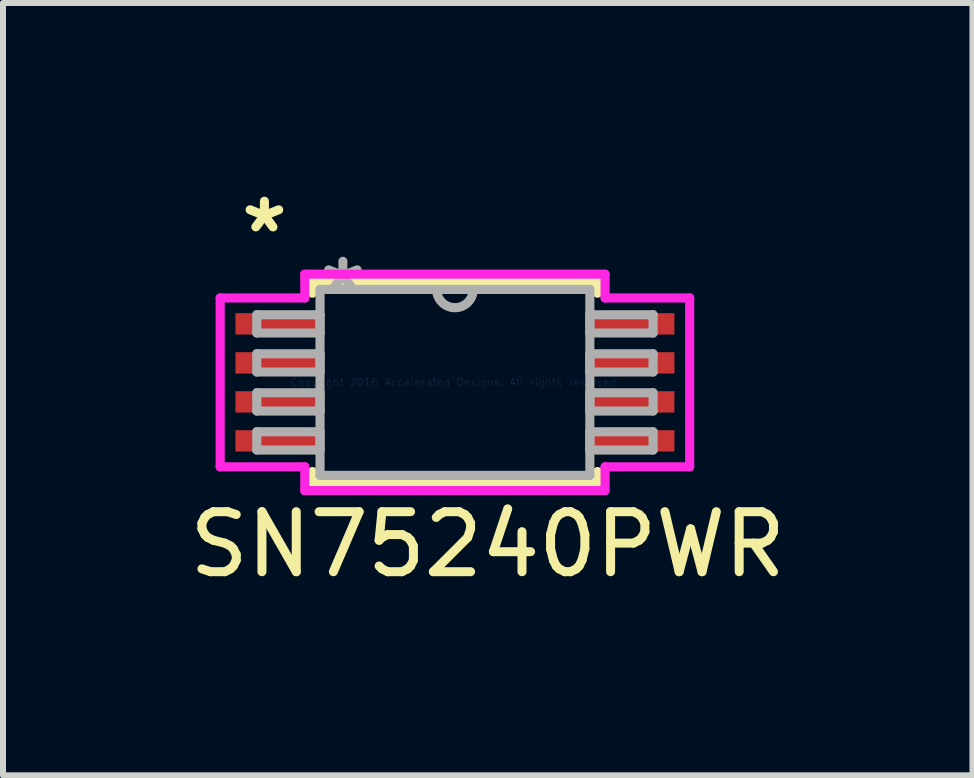
<source format=kicad_pcb>
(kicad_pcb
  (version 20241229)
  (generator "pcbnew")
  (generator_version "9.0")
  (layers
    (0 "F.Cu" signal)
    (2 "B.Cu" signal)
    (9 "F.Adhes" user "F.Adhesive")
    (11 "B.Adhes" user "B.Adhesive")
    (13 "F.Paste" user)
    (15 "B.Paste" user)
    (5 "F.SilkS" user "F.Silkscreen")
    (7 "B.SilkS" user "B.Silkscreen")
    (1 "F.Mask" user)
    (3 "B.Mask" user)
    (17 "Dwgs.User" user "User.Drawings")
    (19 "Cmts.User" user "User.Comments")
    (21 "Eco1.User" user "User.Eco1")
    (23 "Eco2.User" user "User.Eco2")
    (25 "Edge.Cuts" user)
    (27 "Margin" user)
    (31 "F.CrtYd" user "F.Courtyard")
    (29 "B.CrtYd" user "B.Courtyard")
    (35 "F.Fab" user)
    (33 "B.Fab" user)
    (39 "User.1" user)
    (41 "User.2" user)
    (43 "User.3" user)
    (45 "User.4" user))
  (footprint "SN75240PWR"
    (layer "F.Cu")
    (at 4.531 3.322)
    (property "Reference" "SN75240PWR" (at 0.546 2.7 0) (layer "F.SilkS") (effects (font (size 1 1) (thickness 0.15))))
    (attr through_hole)
    (fp_line (start -2.375 -1.676) (end -2.375 -1.486) (stroke (width 0.152) (type solid)) (layer "F.SilkS"))
    (fp_line (start -2.375 1.486) (end -2.375 1.676) (stroke (width 0.152) (type solid)) (layer "F.SilkS"))
    (fp_line (start -2.375 1.676) (end 2.375 1.676) (stroke (width 0.152) (type solid)) (layer "F.SilkS"))
    (fp_line (start 2.375 -1.676) (end -2.375 -1.676) (stroke (width 0.152) (type solid)) (layer "F.SilkS"))
    (fp_line (start 2.375 -1.486) (end 2.375 -1.676) (stroke (width 0.152) (type solid)) (layer "F.SilkS"))
    (fp_line (start 2.375 1.676) (end 2.375 1.486) (stroke (width 0.152) (type solid)) (layer "F.SilkS"))
    (fp_line (start -3.912 -1.407) (end -2.502 -1.407) (stroke (width 0.152) (type solid)) (layer "F.CrtYd"))
    (fp_line (start -3.912 1.407) (end -3.912 -1.407) (stroke (width 0.152) (type solid)) (layer "F.CrtYd"))
    (fp_line (start -2.502 -1.803) (end 2.502 -1.803) (stroke (width 0.152) (type solid)) (layer "F.CrtYd"))
    (fp_line (start -2.502 -1.407) (end -2.502 -1.803) (stroke (width 0.152) (type solid)) (layer "F.CrtYd"))
    (fp_line (start -2.502 1.407) (end -3.912 1.407) (stroke (width 0.152) (type solid)) (layer "F.CrtYd"))
    (fp_line (start -2.502 1.803) (end -2.502 1.407) (stroke (width 0.152) (type solid)) (layer "F.CrtYd"))
    (fp_line (start 2.502 -1.803) (end 2.502 -1.407) (stroke (width 0.152) (type solid)) (layer "F.CrtYd"))
    (fp_line (start 2.502 -1.407) (end 3.912 -1.407) (stroke (width 0.152) (type solid)) (layer "F.CrtYd"))
    (fp_line (start 2.502 1.407) (end 2.502 1.803) (stroke (width 0.152) (type solid)) (layer "F.CrtYd"))
    (fp_line (start 2.502 1.803) (end -2.502 1.803) (stroke (width 0.152) (type solid)) (layer "F.CrtYd"))
    (fp_line (start 3.912 -1.407) (end 3.912 1.407) (stroke (width 0.152) (type solid)) (layer "F.CrtYd"))
    (fp_line (start 3.912 1.407) (end 2.502 1.407) (stroke (width 0.152) (type solid)) (layer "F.CrtYd"))
    (fp_line (start -3.302 -1.127) (end -3.302 -0.823) (stroke (width 0.152) (type solid)) (layer "F.Fab"))
    (fp_line (start -3.302 -0.823) (end -2.248 -0.823) (stroke (width 0.152) (type solid)) (layer "F.Fab"))
    (fp_line (start -3.302 -0.477) (end -3.302 -0.173) (stroke (width 0.152) (type solid)) (layer "F.Fab"))
    (fp_line (start -3.302 -0.173) (end -2.248 -0.173) (stroke (width 0.152) (type solid)) (layer "F.Fab"))
    (fp_line (start -3.302 0.173) (end -3.302 0.477) (stroke (width 0.152) (type solid)) (layer "F.Fab"))
    (fp_line (start -3.302 0.477) (end -2.248 0.477) (stroke (width 0.152) (type solid)) (layer "F.Fab"))
    (fp_line (start -3.302 0.823) (end -3.302 1.127) (stroke (width 0.152) (type solid)) (layer "F.Fab"))
    (fp_line (start -3.302 1.127) (end -2.248 1.127) (stroke (width 0.152) (type solid)) (layer "F.Fab"))
    (fp_line (start -2.248 -1.549) (end -2.248 1.549) (stroke (width 0.152) (type solid)) (layer "F.Fab"))
    (fp_line (start -2.248 -1.127) (end -3.302 -1.127) (stroke (width 0.152) (type solid)) (layer "F.Fab"))
    (fp_line (start -2.248 -0.823) (end -2.248 -1.127) (stroke (width 0.152) (type solid)) (layer "F.Fab"))
    (fp_line (start -2.248 -0.477) (end -3.302 -0.477) (stroke (width 0.152) (type solid)) (layer "F.Fab"))
    (fp_line (start -2.248 -0.173) (end -2.248 -0.477) (stroke (width 0.152) (type solid)) (layer "F.Fab"))
    (fp_line (start -2.248 0.173) (end -3.302 0.173) (stroke (width 0.152) (type solid)) (layer "F.Fab"))
    (fp_line (start -2.248 0.477) (end -2.248 0.173) (stroke (width 0.152) (type solid)) (layer "F.Fab"))
    (fp_line (start -2.248 0.823) (end -3.302 0.823) (stroke (width 0.152) (type solid)) (layer "F.Fab"))
    (fp_line (start -2.248 1.127) (end -2.248 0.823) (stroke (width 0.152) (type solid)) (layer "F.Fab"))
    (fp_line (start -2.248 1.549) (end 2.248 1.549) (stroke (width 0.152) (type solid)) (layer "F.Fab"))
    (fp_line (start 2.248 -1.549) (end -2.248 -1.549) (stroke (width 0.152) (type solid)) (layer "F.Fab"))
    (fp_line (start 2.248 -1.127) (end 2.248 -0.823) (stroke (width 0.152) (type solid)) (layer "F.Fab"))
    (fp_line (start 2.248 -0.823) (end 3.302 -0.823) (stroke (width 0.152) (type solid)) (layer "F.Fab"))
    (fp_line (start 2.248 -0.477) (end 2.248 -0.173) (stroke (width 0.152) (type solid)) (layer "F.Fab"))
    (fp_line (start 2.248 -0.173) (end 3.302 -0.173) (stroke (width 0.152) (type solid)) (layer "F.Fab"))
    (fp_line (start 2.248 0.173) (end 2.248 0.477) (stroke (width 0.152) (type solid)) (layer "F.Fab"))
    (fp_line (start 2.248 0.477) (end 3.302 0.477) (stroke (width 0.152) (type solid)) (layer "F.Fab"))
    (fp_line (start 2.248 0.823) (end 2.248 1.127) (stroke (width 0.152) (type solid)) (layer "F.Fab"))
    (fp_line (start 2.248 1.127) (end 3.302 1.127) (stroke (width 0.152) (type solid)) (layer "F.Fab"))
    (fp_line (start 2.248 1.549) (end 2.248 -1.549) (stroke (width 0.152) (type solid)) (layer "F.Fab"))
    (fp_line (start 3.302 -1.127) (end 2.248 -1.127) (stroke (width 0.152) (type solid)) (layer "F.Fab"))
    (fp_line (start 3.302 -0.823) (end 3.302 -1.127) (stroke (width 0.152) (type solid)) (layer "F.Fab"))
    (fp_line (start 3.302 -0.477) (end 2.248 -0.477) (stroke (width 0.152) (type solid)) (layer "F.Fab"))
    (fp_line (start 3.302 -0.173) (end 3.302 -0.477) (stroke (width 0.152) (type solid)) (layer "F.Fab"))
    (fp_line (start 3.302 0.173) (end 2.248 0.173) (stroke (width 0.152) (type solid)) (layer "F.Fab"))
    (fp_line (start 3.302 0.477) (end 3.302 0.173) (stroke (width 0.152) (type solid)) (layer "F.Fab"))
    (fp_line (start 3.302 0.823) (end 2.248 0.823) (stroke (width 0.152) (type solid)) (layer "F.Fab"))
    (fp_line (start 3.302 1.127) (end 3.302 0.823) (stroke (width 0.152) (type solid)) (layer "F.Fab"))
    (fp_arc (start 0.3048 -1.5494) (mid 0 -1.2446) (end -0.3048 -1.5494) (stroke (width 0.1524) (type solid)) (layer "F.Fab"))
    (fp_text user "*" (at -3.175 -2.474 0) (layer "F.SilkS") (effects (font (size 1 1) (thickness 0.15))))
    (fp_text user "Copyright 2016 Accelerated Designs. All rights reserved." (at 0 0 0) (layer "Cmts.User") (effects (font (size 0.127 0.127) (thickness 0.002))))
    (fp_text user "*" (at -1.867 -1.473 0) (layer "F.Fab") (effects (font (size 1 1) (thickness 0.15))))
    (pad "1" smd rect (at -2.921 -0.975) (size 1.473 0.356) (layers "F.Cu" "F.Mask" "F.Paste"))
    (pad "2" smd rect (at -2.921 -0.325) (size 1.473 0.356) (layers "F.Cu" "F.Mask" "F.Paste"))
    (pad "3" smd rect (at -2.921 0.325) (size 1.473 0.356) (layers "F.Cu" "F.Mask" "F.Paste"))
    (pad "4" smd rect (at -2.921 0.975) (size 1.473 0.356) (layers "F.Cu" "F.Mask" "F.Paste"))
    (pad "5" smd rect (at 2.921 0.975) (size 1.473 0.356) (layers "F.Cu" "F.Mask" "F.Paste"))
    (pad "6" smd rect (at 2.921 0.325) (size 1.473 0.356) (layers "F.Cu" "F.Mask" "F.Paste"))
    (pad "7" smd rect (at 2.921 -0.325) (size 1.473 0.356) (layers "F.Cu" "F.Mask" "F.Paste"))
    (pad "8" smd rect (at 2.921 -0.975) (size 1.473 0.356) (layers "F.Cu" "F.Mask" "F.Paste")))
  (gr_rect
    (start -3 -3)
    (end 13.155 9.87)
    (stroke (width 0.1) (type default))
    (fill no)
    (layer "Edge.Cuts")))
</source>
